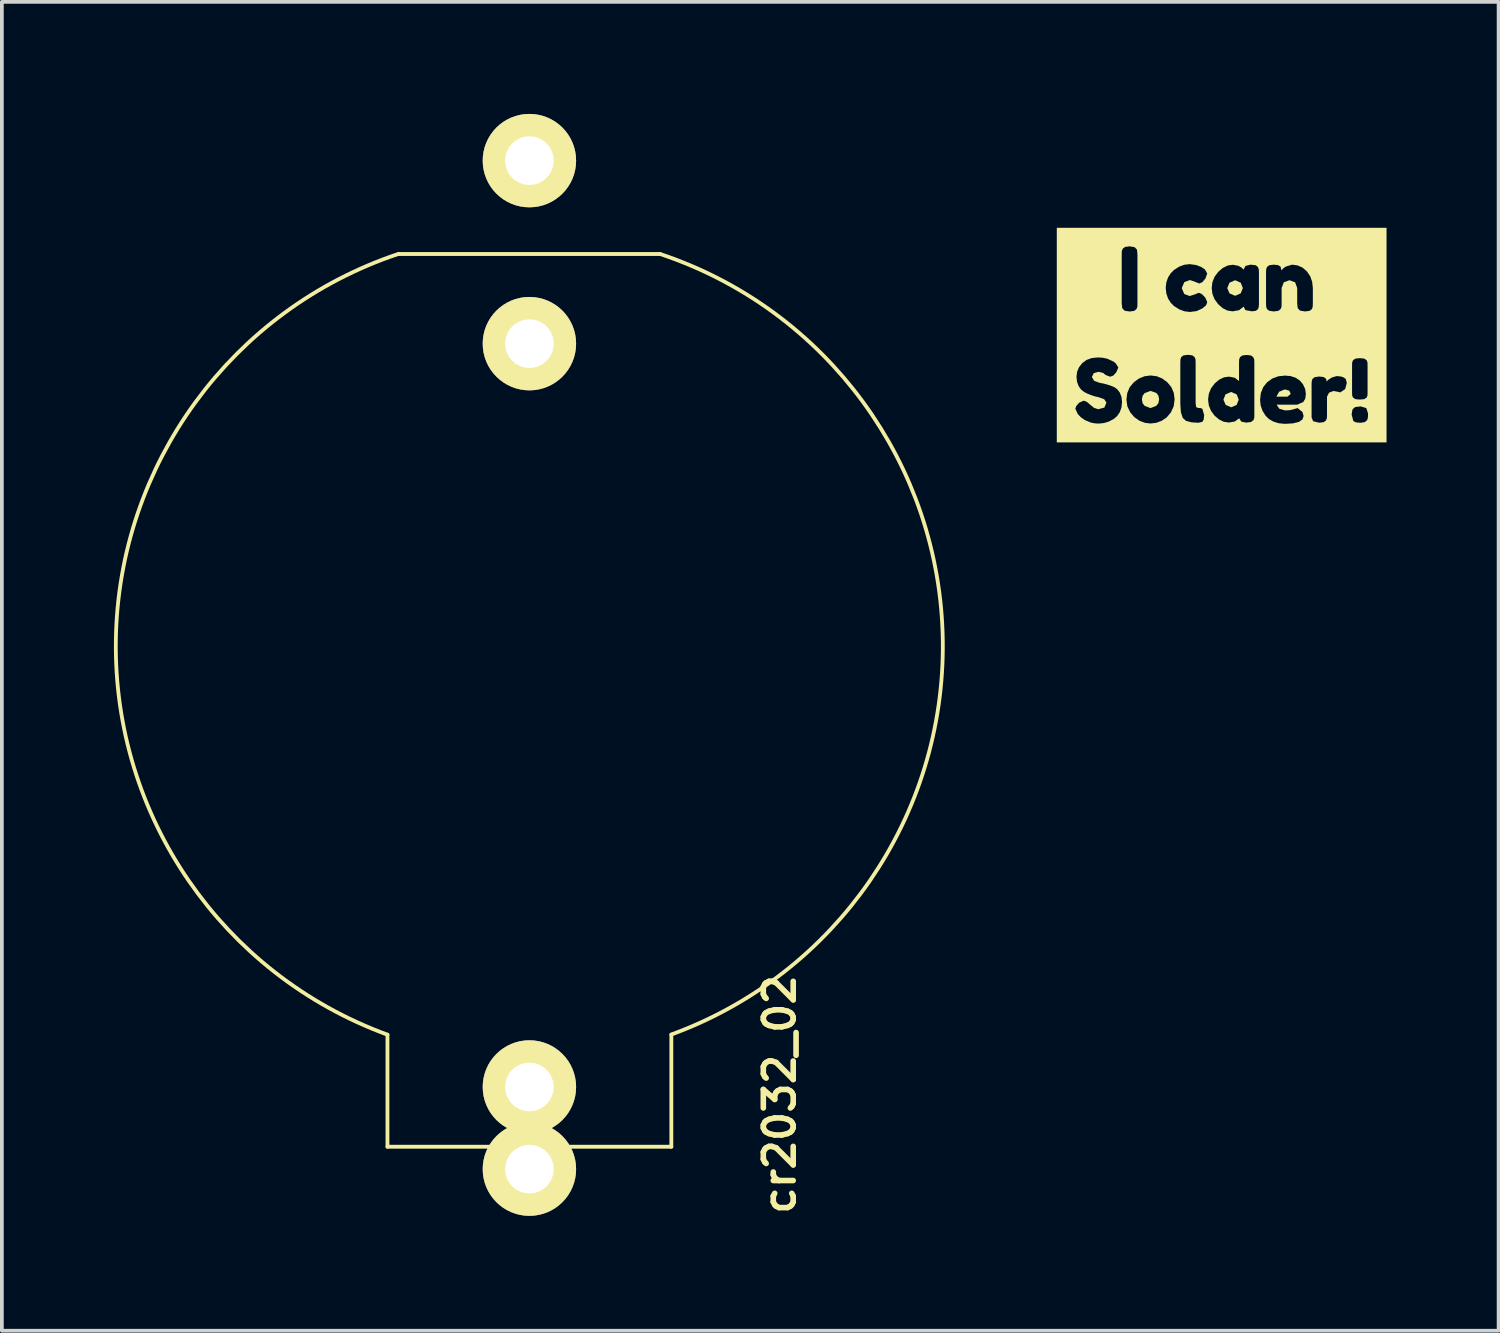
<source format=kicad_pcb>
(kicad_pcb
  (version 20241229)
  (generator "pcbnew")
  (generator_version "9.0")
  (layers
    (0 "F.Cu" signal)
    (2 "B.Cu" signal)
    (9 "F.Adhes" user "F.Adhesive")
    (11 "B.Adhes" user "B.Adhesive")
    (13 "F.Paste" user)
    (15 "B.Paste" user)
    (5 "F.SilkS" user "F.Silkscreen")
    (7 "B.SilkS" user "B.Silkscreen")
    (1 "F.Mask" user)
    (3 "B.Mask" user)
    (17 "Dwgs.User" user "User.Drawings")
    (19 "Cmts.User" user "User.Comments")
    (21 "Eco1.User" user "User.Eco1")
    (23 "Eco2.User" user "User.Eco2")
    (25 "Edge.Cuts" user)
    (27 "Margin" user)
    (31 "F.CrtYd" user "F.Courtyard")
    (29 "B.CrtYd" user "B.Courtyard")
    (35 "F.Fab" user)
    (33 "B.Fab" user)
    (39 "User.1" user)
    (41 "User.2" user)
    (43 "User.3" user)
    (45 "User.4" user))
  (footprint "cr2032_02"
    (layer "F.Cu")
    (at 11.123 14.25)
    (property "Reference" "cr2032_02" (at 6.7 12 90) (layer "F.SilkS") (effects (font (size 0.8 0.8) (thickness 0.15))))
    (attr through_hole)
    (fp_line (start -3.8 10.4) (end -3.8 13.4) (stroke (width 0.102) (type solid)) (layer "F.SilkS"))
    (fp_line (start -3.8 13.4) (end 3.8 13.4) (stroke (width 0.102) (type solid)) (layer "F.SilkS"))
    (fp_line (start -3.5 -10.5) (end 3.5 -10.5) (stroke (width 0.102) (type solid)) (layer "F.SilkS"))
    (fp_line (start 3.8 13.4) (end 3.8 10.4) (stroke (width 0.102) (type solid)) (layer "F.SilkS"))
    (fp_arc (start -3.8 10.4) (mid -11.071359 -0.158129) (end -3.50143 -10.504284) (stroke (width 0.1016) (type solid)) (layer "F.SilkS"))
    (fp_arc (start 3.5 -10.5) (mid 11.066843 -0.158065) (end 3.79845 10.395758) (stroke (width 0.1016) (type solid)) (layer "F.SilkS"))
    (pad "1" thru_hole circle (at 0 11.8 180) (size 2.5 2.5) (drill 1.3) (layers "*.Cu" "*.Mask" "F.SilkS"))
    (pad "1" thru_hole circle (at 0 14 180) (size 2.5 2.5) (drill 1.3) (layers "*.Cu" "*.Mask" "F.SilkS"))
    (pad "2" thru_hole circle (at 0 -13 180) (size 2.5 2.5) (drill 1.3) (layers "*.Cu" "*.Mask" "F.SilkS"))
    (pad "2" thru_hole circle (at 0 -8.1 180) (size 2.5 2.5) (drill 1.3) (layers "*.Cu" "*.Mask" "F.SilkS")))
  (footprint "kibuzzard-6554D52C"
    (layer "F.Cu")
    (at 29.656 5.921)
    (property "Reference" "kibuzzard-6554D52C" (at 0 -5.92 0) (layer "F.SilkS") (effects (font (size 0.001 0.001) (thickness 0.15))))
    (attr board_only exclude_from_pos_files exclude_from_bom)
    (fp_poly (pts (xy 1.76 1.649) (xy 1.849 1.574) (xy 1.808 1.487) (xy 1.69 1.454) (xy 1.539 1.516) (xy 1.464 1.649) (xy 1.76 1.649)) (stroke (width 0) (type solid)) (fill yes) (layer "F.SilkS"))
    (fp_poly (pts (xy 0.108 1.87) (xy 0.256 1.933) (xy 0.4 1.87) (xy 0.457 1.73) (xy 0.402 1.588) (xy 0.253 1.522) (xy 0.103 1.587) (xy 0.047 1.729) (xy 0.108 1.87)) (stroke (width 0) (type solid)) (fill yes) (layer "F.SilkS"))
    (fp_poly (pts (xy 0.15 -1.257) (xy 0.212 -1.115) (xy 0.362 -1.052) (xy 0.509 -1.117) (xy 0.567 -1.258) (xy 0.511 -1.402) (xy 0.361 -1.469) (xy 0.208 -1.402) (xy 0.15 -1.257)) (stroke (width 0) (type solid)) (fill yes) (layer "F.SilkS"))
    (fp_poly (pts (xy -2.06 1.896) (xy -1.907 1.954) (xy -1.753 1.895) (xy -1.694 1.823) (xy -1.675 1.722) (xy -1.693 1.621) (xy -1.748 1.55) (xy -1.905 1.494) (xy -2.062 1.553) (xy -2.117 1.625) (xy -2.135 1.725) (xy -2.116 1.825) (xy -2.06 1.896)) (stroke (width 0) (type solid)) (fill yes) (layer "F.SilkS"))
    (fp_poly (pts (xy -3.918 -2.872) (xy -4.414 -2.872) (xy -4.414 2.872) (xy -3.918 2.872) (xy -3.294 2.872) (xy -3.294 2.369) (xy -3.401 2.362) (xy -3.503 2.342) (xy -3.662 2.275) (xy -3.768 2.201) (xy -3.836 2.13) (xy -3.857 2.104) (xy -3.918 1.969) (xy -3.893 1.9) (xy -3.817 1.811) (xy -3.693 1.755) (xy -3.614 1.784) (xy -3.51 1.872) (xy -3.416 1.948) (xy -3.303 1.984) (xy -3.14 1.94) (xy -3.085 1.806) (xy -3.145 1.716) (xy -3.294 1.663) (xy -3.387 1.642) (xy -3.486 1.61) (xy -3.586 1.571) (xy -3.679 1.525) (xy -3.76 1.461) (xy -3.828 1.369) (xy -3.872 1.251) (xy -3.887 1.112) (xy -3.87 0.98) (xy -3.819 0.86) (xy -3.734 0.752) (xy -3.619 0.666) (xy -3.479 0.615) (xy -3.315 0.598) (xy -3.18 0.607) (xy -3.058 0.634) (xy -2.897 0.708) (xy -2.839 0.753) (xy -2.766 0.868) (xy -2.822 0.997) (xy -2.903 1.085) (xy -2.987 1.114) (xy -3.109 1.067) (xy -3.136 1.044) (xy -3.172 1.013) (xy -3.297 0.983) (xy -3.424 1.019) (xy -3.475 1.12) (xy -3.415 1.224) (xy -3.266 1.278) (xy -3.172 1.296) (xy -3.071 1.322) (xy -2.97 1.354) (xy -2.876 1.393) (xy -2.794 1.451) (xy -2.727 1.54) (xy -2.682 1.656) (xy -2.667 1.797) (xy -2.683 1.94) (xy -2.728 2.065) (xy -2.799 2.168) (xy -2.888 2.245) (xy -3.018 2.314) (xy -3.153 2.355) (xy -3.294 2.369) (xy -3.294 2.872) (xy -1.905 2.872) (xy -1.905 2.367) (xy -2.057 2.348) (xy -2.205 2.291) (xy -2.339 2.196) (xy -2.45 2.065) (xy -2.525 1.907) (xy -2.55 1.729) (xy -2.528 1.552) (xy -2.467 1.407) (xy -2.467 -0.631) (xy -2.599 -0.653) (xy -2.662 -0.721) (xy -2.676 -0.843) (xy -2.676 -2.167) (xy -2.673 -2.249) (xy -2.65 -2.312) (xy -2.587 -2.36) (xy -2.464 -2.376) (xy -2.332 -2.354) (xy -2.267 -2.288) (xy -2.255 -2.164) (xy -2.255 -0.84) (xy -2.258 -0.757) (xy -2.281 -0.695) (xy -2.344 -0.647) (xy -2.467 -0.631) (xy -2.467 1.407) (xy -2.463 1.397) (xy -2.353 1.264) (xy -2.215 1.163) (xy -2.065 1.102) (xy -1.903 1.081) (xy -1.74 1.101) (xy -1.591 1.162) (xy -1.455 1.263) (xy -1.346 1.395) (xy -1.281 1.55) (xy -1.26 1.726) (xy -1.285 1.91) (xy -1.361 2.072) (xy -1.472 2.204) (xy -1.606 2.295) (xy -1.753 2.349) (xy -1.905 2.367) (xy -1.905 2.872) (xy -0.619 2.872) (xy -0.619 2.347) (xy -0.807 2.336) (xy -0.956 2.295) (xy -1.042 2.217) (xy -1.091 2.068) (xy -1.107 1.851) (xy -1.107 0.734) (xy -1.104 0.653) (xy -1.084 0.591) (xy -1.022 0.543) (xy -0.901 0.528) (xy -0.85 0.535) (xy -0.85 -0.619) (xy -0.996 -0.637) (xy -1.138 -0.69) (xy -1.276 -0.778) (xy -1.365 -0.867) (xy -1.436 -0.982) (xy -1.482 -1.116) (xy -1.498 -1.263) (xy -1.482 -1.409) (xy -1.436 -1.542) (xy -1.365 -1.654) (xy -1.276 -1.743) (xy -1.142 -1.83) (xy -1.001 -1.883) (xy -0.855 -1.9) (xy -0.679 -1.875) (xy -0.552 -1.826) (xy -0.514 -1.802) (xy -0.448 -1.757) (xy -0.386 -1.649) (xy -0.436 -1.512) (xy -0.52 -1.414) (xy -0.6 -1.381) (xy -0.729 -1.433) (xy -0.851 -1.474) (xy -1 -1.417) (xy -1.069 -1.258) (xy -1.002 -1.101) (xy -0.861 -1.045) (xy -0.72 -1.089) (xy -0.614 -1.133) (xy -0.535 -1.102) (xy -0.44 -1.007) (xy -0.386 -0.883) (xy -0.418 -0.796) (xy -0.517 -0.714) (xy -0.668 -0.643) (xy -0.85 -0.619) (xy -0.85 0.535) (xy -0.785 0.543) (xy -0.723 0.591) (xy -0.7 0.654) (xy -0.697 0.736) (xy -0.697 1.823) (xy -0.683 1.929) (xy -0.621 1.952) (xy -0.556 1.955) (xy -0.516 1.975) (xy -0.469 2.142) (xy -0.481 2.261) (xy -0.516 2.322) (xy -0.619 2.347) (xy -0.619 2.872) (xy 0.651 2.872) (xy 0.651 2.343) (xy 0.524 2.315) (xy 0.469 2.228) (xy 0.351 2.313) (xy 0.195 2.341) (xy 0.058 2.321) (xy -0.07 2.259) (xy -0.19 2.157) (xy -0.286 2.027) (xy -0.344 1.884) (xy -0.364 1.728) (xy -0.344 1.571) (xy -0.286 1.427) (xy -0.189 1.297) (xy -0.069 1.194) (xy 0.059 1.132) (xy 0.195 1.112) (xy 0.349 1.141) (xy 0.465 1.229) (xy 0.465 0.736) (xy 0.468 0.655) (xy 0.489 0.594) (xy 0.551 0.546) (xy 0.67 0.532) (xy 0.788 0.546) (xy 0.811 0.564) (xy 0.811 -0.636) (xy 0.637 -0.668) (xy 0.586 -0.762) (xy 0.468 -0.667) (xy 0.292 -0.636) (xy 0.158 -0.656) (xy 0.03 -0.719) (xy -0.09 -0.824) (xy -0.188 -0.956) (xy -0.247 -1.101) (xy -0.267 -1.261) (xy -0.247 -1.42) (xy -0.188 -1.565) (xy -0.089 -1.696) (xy 0.033 -1.8) (xy 0.163 -1.863) (xy 0.3 -1.883) (xy 0.448 -1.855) (xy 0.541 -1.801) (xy 0.584 -1.752) (xy 0.638 -1.852) (xy 0.772 -1.886) (xy 0.91 -1.871) (xy 0.973 -1.821) (xy 0.994 -1.758) (xy 0.998 -1.676) (xy 0.998 -0.843) (xy 0.994 -0.761) (xy 0.974 -0.697) (xy 0.917 -0.651) (xy 0.811 -0.636) (xy 0.811 0.564) (xy 0.85 0.596) (xy 0.872 0.658) (xy 0.875 0.739) (xy 0.875 2.139) (xy 0.872 2.22) (xy 0.849 2.28) (xy 0.782 2.328) (xy 0.651 2.343) (xy 0.651 2.872) (xy 1.694 2.872) (xy 1.694 2.376) (xy 1.53 2.361) (xy 1.385 2.316) (xy 1.265 2.247) (xy 1.175 2.158) (xy 1.093 2.026) (xy 1.044 1.885) (xy 1.028 1.733) (xy 1.049 1.55) (xy 1.113 1.392) (xy 1.219 1.261) (xy 1.357 1.162) (xy 1.516 1.103) (xy 1.696 1.084) (xy 1.848 1.098) (xy 1.979 1.141) (xy 2.088 1.213) (xy 2.175 1.313) (xy 2.231 1.434) (xy 2.231 -0.633) (xy 2.098 -0.655) (xy 2.036 -0.721) (xy 2.022 -0.843) (xy 2.022 -1.262) (xy 1.966 -1.414) (xy 1.816 -1.469) (xy 1.663 -1.412) (xy 1.605 -1.262) (xy 1.605 -0.84) (xy 1.602 -0.758) (xy 1.579 -0.697) (xy 1.518 -0.649) (xy 1.396 -0.633) (xy 1.275 -0.649) (xy 1.212 -0.697) (xy 1.192 -0.761) (xy 1.188 -0.843) (xy 1.188 -1.686) (xy 1.192 -1.765) (xy 1.215 -1.826) (xy 1.277 -1.871) (xy 1.398 -1.886) (xy 1.515 -1.872) (xy 1.577 -1.831) (xy 1.6 -1.733) (xy 1.643 -1.781) (xy 1.707 -1.831) (xy 1.886 -1.886) (xy 2.036 -1.865) (xy 2.168 -1.805) (xy 2.283 -1.704) (xy 2.371 -1.573) (xy 2.423 -1.425) (xy 2.441 -1.259) (xy 2.441 -0.84) (xy 2.437 -0.758) (xy 2.417 -0.697) (xy 2.354 -0.649) (xy 2.231 -0.633) (xy 2.231 1.434) (xy 2.235 1.441) (xy 2.255 1.58) (xy 2.237 1.705) (xy 2.183 1.793) (xy 2.025 1.862) (xy 1.469 1.862) (xy 1.546 1.973) (xy 1.701 2.017) (xy 1.822 2.01) (xy 1.914 1.989) (xy 1.94 1.98) (xy 2.034 1.954) (xy 2.163 2.06) (xy 2.194 2.167) (xy 2.162 2.259) (xy 2.069 2.324) (xy 1.912 2.363) (xy 1.694 2.376) (xy 1.694 2.872) (xy 2.611 2.872) (xy 2.611 2.346) (xy 2.449 2.306) (xy 2.407 2.205) (xy 2.407 2.137) (xy 2.407 1.313) (xy 2.411 1.233) (xy 2.431 1.173) (xy 2.493 1.125) (xy 2.614 1.109) (xy 2.728 1.123) (xy 2.789 1.163) (xy 2.815 1.241) (xy 2.849 1.201) (xy 2.944 1.138) (xy 3.072 1.098) (xy 3.165 1.104) (xy 3.247 1.123) (xy 3.321 1.172) (xy 3.35 1.281) (xy 3.306 1.445) (xy 3.177 1.534) (xy 3.096 1.515) (xy 2.994 1.496) (xy 2.875 1.541) (xy 2.82 1.649) (xy 2.82 2.142) (xy 2.816 2.223) (xy 2.794 2.285) (xy 2.731 2.331) (xy 2.611 2.346) (xy 2.611 2.872) (xy 3.713 2.872) (xy 3.713 2.348) (xy 3.595 2.337) (xy 3.525 2.302) (xy 3.479 2.125) (xy 3.503 1.988) (xy 3.574 1.926) (xy 3.697 1.912) (xy 3.697 1.726) (xy 3.578 1.715) (xy 3.516 1.672) (xy 3.494 1.618) (xy 3.491 1.546) (xy 3.491 0.802) (xy 3.494 0.728) (xy 3.517 0.673) (xy 3.58 0.63) (xy 3.7 0.617) (xy 3.819 0.63) (xy 3.882 0.674) (xy 3.903 0.73) (xy 3.906 0.804) (xy 3.906 1.548) (xy 3.903 1.621) (xy 3.88 1.674) (xy 3.817 1.715) (xy 3.697 1.726) (xy 3.697 1.912) (xy 3.724 1.909) (xy 3.872 1.954) (xy 3.918 2.095) (xy 3.918 2.132) (xy 3.914 2.216) (xy 3.892 2.28) (xy 3.828 2.331) (xy 3.713 2.348) (xy 3.713 2.872) (xy 3.918 2.872) (xy 4.414 2.872) (xy 4.414 -2.872) (xy 3.918 -2.872) (xy -3.918 -2.872)) (stroke (width 0) (type solid)) (fill yes) (layer "F.SilkS")))
  (gr_rect
    (start -3 -3)
    (end 37.07 32.576)
    (stroke (width 0.1) (type default))
    (fill no)
    (layer "Edge.Cuts")))
</source>
